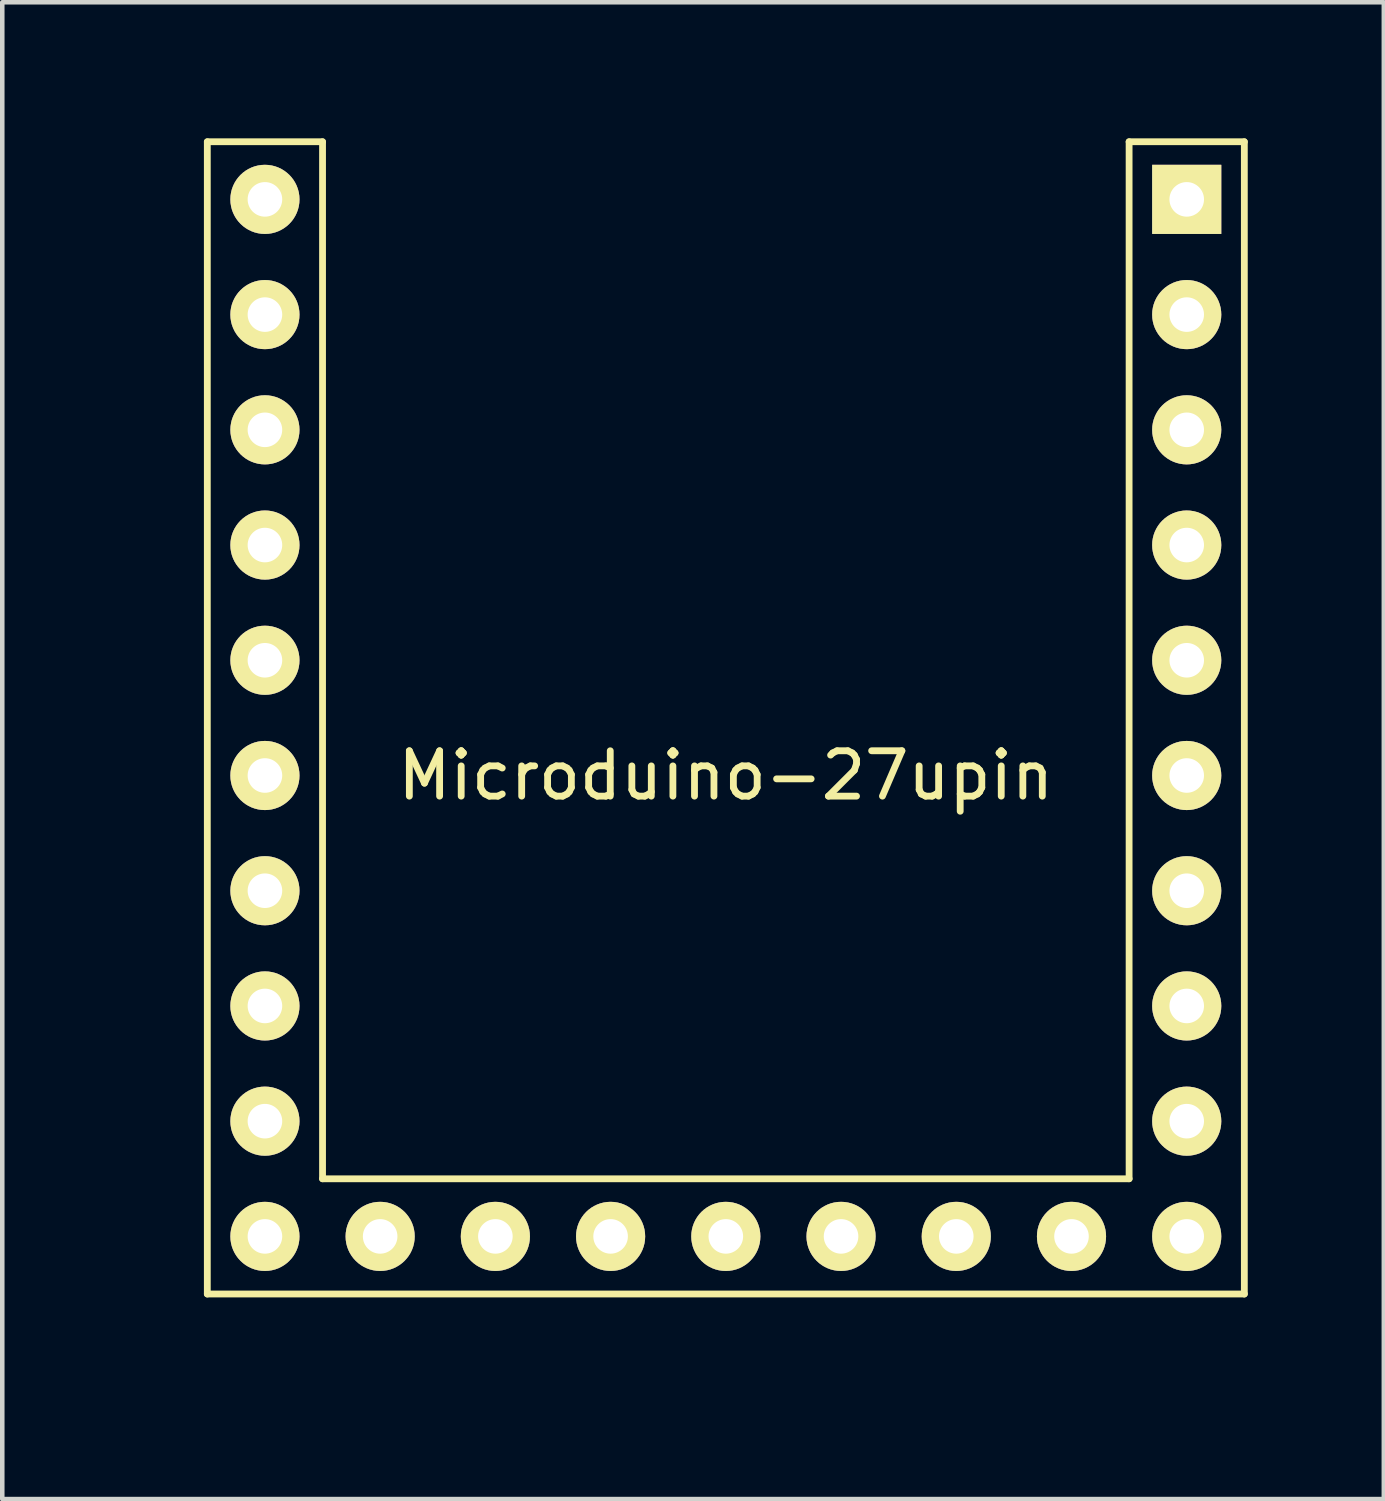
<source format=kicad_pcb>
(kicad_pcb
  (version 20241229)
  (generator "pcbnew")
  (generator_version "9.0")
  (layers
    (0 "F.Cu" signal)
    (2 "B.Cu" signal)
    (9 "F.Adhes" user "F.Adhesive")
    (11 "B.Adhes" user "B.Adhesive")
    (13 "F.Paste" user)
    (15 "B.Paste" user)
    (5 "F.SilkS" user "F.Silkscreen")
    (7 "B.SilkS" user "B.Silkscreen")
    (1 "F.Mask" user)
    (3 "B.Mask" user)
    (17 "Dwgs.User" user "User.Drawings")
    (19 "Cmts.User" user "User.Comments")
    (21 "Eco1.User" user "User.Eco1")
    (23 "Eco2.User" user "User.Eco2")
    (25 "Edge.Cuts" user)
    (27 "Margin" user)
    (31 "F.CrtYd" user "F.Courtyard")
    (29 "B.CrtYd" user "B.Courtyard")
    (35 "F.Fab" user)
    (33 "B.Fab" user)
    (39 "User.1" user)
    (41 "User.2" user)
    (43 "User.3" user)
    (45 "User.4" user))
  (footprint "Microduino-27upin"
    (layer "F.Cu")
    (at 0.25 26.745)
    (property "Reference" "Microduino-27upin" (at 12.7 -12.7 0) (layer "F.SilkS") (effects (font (size 1 1) (thickness 0.15))))
    (attr through_hole)
    (fp_line (start 1.27 -26.67) (end 3.81 -26.67) (stroke (width 0.15) (type solid)) (layer "F.SilkS"))
    (fp_line (start 1.27 -1.27) (end 1.27 -26.67) (stroke (width 0.15) (type solid)) (layer "F.SilkS"))
    (fp_line (start 3.81 -26.67) (end 3.81 -3.81) (stroke (width 0.15) (type solid)) (layer "F.SilkS"))
    (fp_line (start 3.81 -3.81) (end 21.59 -3.81) (stroke (width 0.15) (type solid)) (layer "F.SilkS"))
    (fp_line (start 21.59 -26.67) (end 24.13 -26.67) (stroke (width 0.15) (type solid)) (layer "F.SilkS"))
    (fp_line (start 21.59 -3.81) (end 21.59 -26.67) (stroke (width 0.15) (type solid)) (layer "F.SilkS"))
    (fp_line (start 24.13 -26.67) (end 24.13 -1.27) (stroke (width 0.15) (type solid)) (layer "F.SilkS"))
    (fp_line (start 24.13 -1.27) (end 1.27 -1.27) (stroke (width 0.15) (type solid)) (layer "F.SilkS"))
    (pad "1" thru_hole rect (at 22.86 -25.4) (size 1.524 1.524) (drill 0.762) (layers "*.Cu" "*.Mask" "F.SilkS"))
    (pad "2" thru_hole circle (at 22.86 -22.86) (size 1.524 1.524) (drill 0.762) (layers "*.Cu" "*.Mask" "F.SilkS"))
    (pad "3" thru_hole circle (at 22.86 -20.32) (size 1.524 1.524) (drill 0.762) (layers "*.Cu" "*.Mask" "F.SilkS"))
    (pad "4" thru_hole circle (at 22.86 -17.78) (size 1.524 1.524) (drill 0.762) (layers "*.Cu" "*.Mask" "F.SilkS"))
    (pad "5" thru_hole circle (at 22.86 -15.24) (size 1.524 1.524) (drill 0.762) (layers "*.Cu" "*.Mask" "F.SilkS"))
    (pad "6" thru_hole circle (at 22.86 -12.7) (size 1.524 1.524) (drill 0.762) (layers "*.Cu" "*.Mask" "F.SilkS"))
    (pad "7" thru_hole circle (at 22.86 -10.16) (size 1.524 1.524) (drill 0.762) (layers "*.Cu" "*.Mask" "F.SilkS"))
    (pad "8" thru_hole circle (at 22.86 -7.62) (size 1.524 1.524) (drill 0.762) (layers "*.Cu" "*.Mask" "F.SilkS"))
    (pad "9" thru_hole circle (at 22.86 -5.08) (size 1.524 1.524) (drill 0.762) (layers "*.Cu" "*.Mask" "F.SilkS"))
    (pad "10" thru_hole circle (at 22.86 -2.54) (size 1.524 1.524) (drill 0.762) (layers "*.Cu" "*.Mask" "F.SilkS"))
    (pad "11" thru_hole circle (at 20.32 -2.54) (size 1.524 1.524) (drill 0.762) (layers "*.Cu" "*.Mask" "F.SilkS"))
    (pad "12" thru_hole circle (at 17.78 -2.54) (size 1.524 1.524) (drill 0.762) (layers "*.Cu" "*.Mask" "F.SilkS"))
    (pad "13" thru_hole circle (at 15.24 -2.54) (size 1.524 1.524) (drill 0.762) (layers "*.Cu" "*.Mask" "F.SilkS"))
    (pad "14" thru_hole circle (at 12.7 -2.54) (size 1.524 1.524) (drill 0.762) (layers "*.Cu" "*.Mask" "F.SilkS"))
    (pad "15" thru_hole circle (at 10.16 -2.54) (size 1.524 1.524) (drill 0.762) (layers "*.Cu" "*.Mask" "F.SilkS"))
    (pad "16" thru_hole circle (at 7.62 -2.54) (size 1.524 1.524) (drill 0.762) (layers "*.Cu" "*.Mask" "F.SilkS"))
    (pad "17" thru_hole circle (at 5.08 -2.54) (size 1.524 1.524) (drill 0.762) (layers "*.Cu" "*.Mask" "F.SilkS"))
    (pad "18" thru_hole circle (at 2.54 -2.54) (size 1.524 1.524) (drill 0.762) (layers "*.Cu" "*.Mask" "F.SilkS"))
    (pad "19" thru_hole circle (at 2.54 -5.08) (size 1.524 1.524) (drill 0.762) (layers "*.Cu" "*.Mask" "F.SilkS"))
    (pad "20" thru_hole circle (at 2.54 -7.62) (size 1.524 1.524) (drill 0.762) (layers "*.Cu" "*.Mask" "F.SilkS"))
    (pad "21" thru_hole circle (at 2.54 -10.16) (size 1.524 1.524) (drill 0.762) (layers "*.Cu" "*.Mask" "F.SilkS"))
    (pad "22" thru_hole circle (at 2.54 -12.7) (size 1.524 1.524) (drill 0.762) (layers "*.Cu" "*.Mask" "F.SilkS"))
    (pad "23" thru_hole circle (at 2.54 -15.24) (size 1.524 1.524) (drill 0.762) (layers "*.Cu" "*.Mask" "F.SilkS"))
    (pad "24" thru_hole circle (at 2.54 -17.78) (size 1.524 1.524) (drill 0.762) (layers "*.Cu" "*.Mask" "F.SilkS"))
    (pad "25" thru_hole circle (at 2.54 -20.32) (size 1.524 1.524) (drill 0.762) (layers "*.Cu" "*.Mask" "F.SilkS"))
    (pad "26" thru_hole circle (at 2.54 -22.86) (size 1.524 1.524) (drill 0.762) (layers "*.Cu" "*.Mask" "F.SilkS"))
    (pad "27" thru_hole circle (at 2.54 -25.4) (size 1.524 1.524) (drill 0.762) (layers "*.Cu" "*.Mask" "F.SilkS")))
  (gr_rect
    (start -3 -3)
    (end 27.455 29.995)
    (stroke (width 0.1) (type default))
    (fill no)
    (layer "Edge.Cuts")))
</source>
